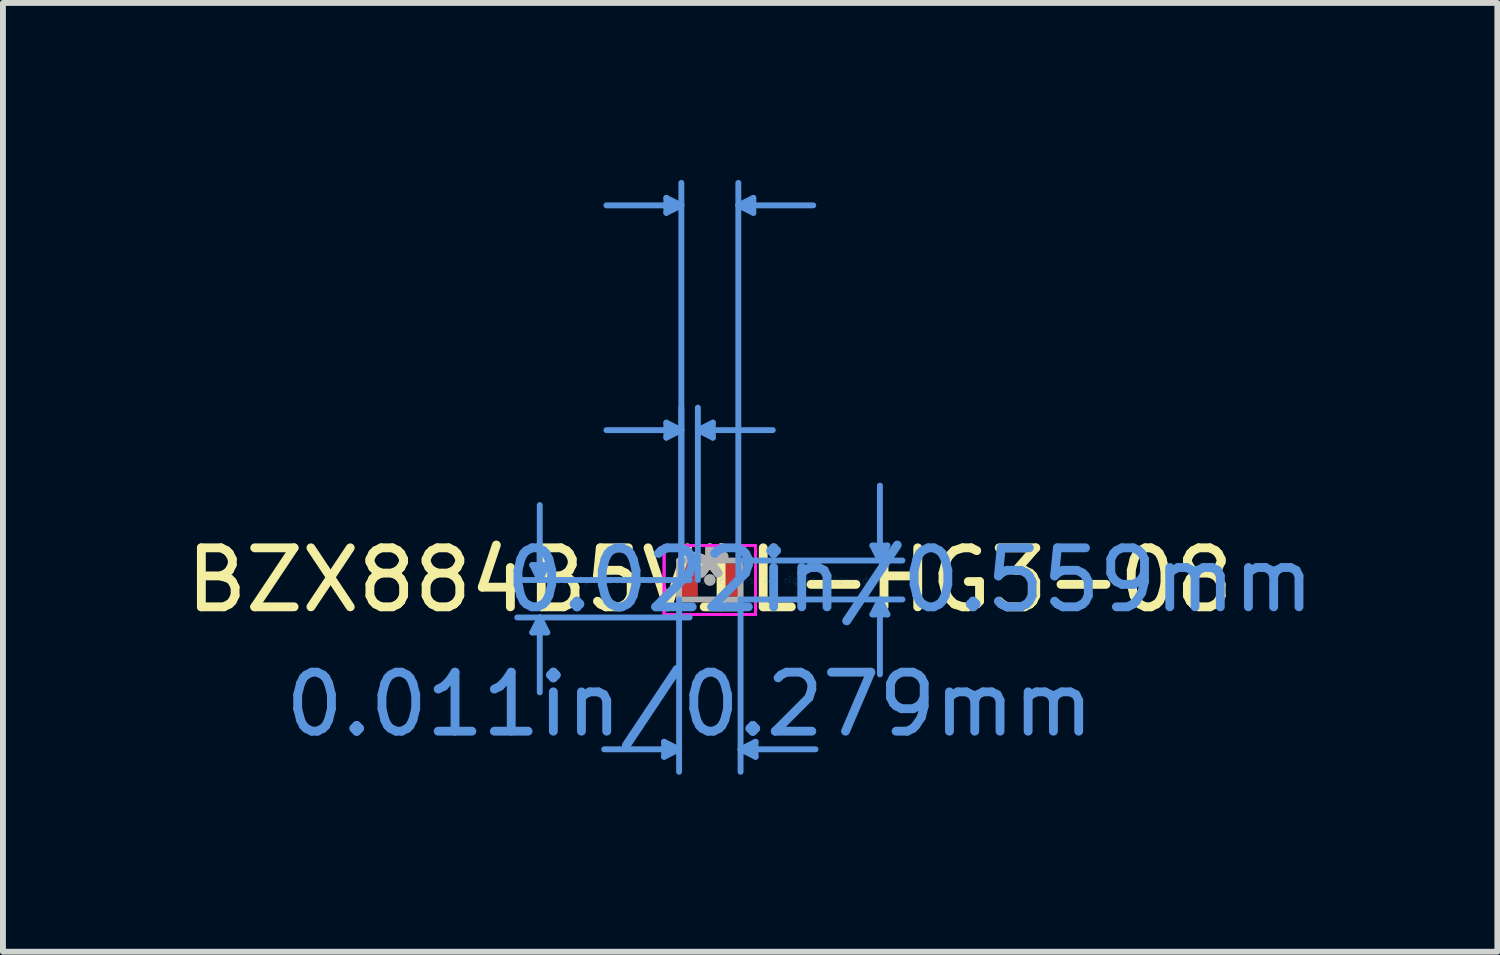
<source format=kicad_pcb>
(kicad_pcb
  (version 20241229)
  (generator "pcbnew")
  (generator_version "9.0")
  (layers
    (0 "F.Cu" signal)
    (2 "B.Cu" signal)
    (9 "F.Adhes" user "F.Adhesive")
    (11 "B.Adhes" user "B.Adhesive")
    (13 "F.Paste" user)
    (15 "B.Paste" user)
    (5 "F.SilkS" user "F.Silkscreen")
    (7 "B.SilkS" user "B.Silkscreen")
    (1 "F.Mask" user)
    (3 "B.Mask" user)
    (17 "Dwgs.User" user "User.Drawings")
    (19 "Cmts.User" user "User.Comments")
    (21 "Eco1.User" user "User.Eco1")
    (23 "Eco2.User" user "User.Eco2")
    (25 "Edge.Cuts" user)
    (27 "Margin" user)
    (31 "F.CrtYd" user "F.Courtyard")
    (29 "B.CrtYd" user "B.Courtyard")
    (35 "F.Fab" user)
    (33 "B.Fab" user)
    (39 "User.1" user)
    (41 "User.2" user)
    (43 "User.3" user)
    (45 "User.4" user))
  (footprint "BZX884B5V1L-HG3-08"
    (layer "F.Cu")
    (at 8.982 6.781)
    (property "Reference" "BZX884B5V1L-HG3-08" (at 0 0 0) (layer "F.SilkS") (effects (font (size 1 1) (thickness 0.15))))
    (attr through_hole)
    (fp_line (start -3.01 -0.254) (end -2.756 -0.254) (stroke (width 0.1) (type solid)) (layer "Cmts.User"))
    (fp_line (start -3.01 0.889) (end -2.756 0.889) (stroke (width 0.1) (type solid)) (layer "Cmts.User"))
    (fp_line (start -2.883 0) (end -3.01 -0.254) (stroke (width 0.1) (type solid)) (layer "Cmts.User"))
    (fp_line (start -2.883 0) (end -2.883 -1.27) (stroke (width 0.1) (type solid)) (layer "Cmts.User"))
    (fp_line (start -2.883 0) (end -2.756 -0.254) (stroke (width 0.1) (type solid)) (layer "Cmts.User"))
    (fp_line (start -2.883 0.635) (end -3.01 0.889) (stroke (width 0.1) (type solid)) (layer "Cmts.User"))
    (fp_line (start -2.883 0.635) (end -2.883 1.905) (stroke (width 0.1) (type solid)) (layer "Cmts.User"))
    (fp_line (start -2.883 0.635) (end -2.756 0.889) (stroke (width 0.1) (type solid)) (layer "Cmts.User"))
    (fp_line (start -0.775 2.743) (end -0.775 2.997) (stroke (width 0.1) (type solid)) (layer "Cmts.User"))
    (fp_line (start -0.737 -6.477) (end -0.737 -6.223) (stroke (width 0.1) (type solid)) (layer "Cmts.User"))
    (fp_line (start -0.737 -2.667) (end -0.737 -2.413) (stroke (width 0.1) (type solid)) (layer "Cmts.User"))
    (fp_line (start -0.521 0.33) (end -0.521 3.251) (stroke (width 0.1) (type solid)) (layer "Cmts.User"))
    (fp_line (start -0.521 2.87) (end -1.791 2.87) (stroke (width 0.1) (type solid)) (layer "Cmts.User"))
    (fp_line (start -0.521 2.87) (end -0.775 2.743) (stroke (width 0.1) (type solid)) (layer "Cmts.User"))
    (fp_line (start -0.521 2.87) (end -0.775 2.997) (stroke (width 0.1) (type solid)) (layer "Cmts.User"))
    (fp_line (start -0.483 -6.35) (end -1.753 -6.35) (stroke (width 0.1) (type solid)) (layer "Cmts.User"))
    (fp_line (start -0.483 -6.35) (end -0.737 -6.477) (stroke (width 0.1) (type solid)) (layer "Cmts.User"))
    (fp_line (start -0.483 -6.35) (end -0.737 -6.223) (stroke (width 0.1) (type solid)) (layer "Cmts.User"))
    (fp_line (start -0.483 -2.54) (end -1.753 -2.54) (stroke (width 0.1) (type solid)) (layer "Cmts.User"))
    (fp_line (start -0.483 -2.54) (end -0.737 -2.667) (stroke (width 0.1) (type solid)) (layer "Cmts.User"))
    (fp_line (start -0.483 -2.54) (end -0.737 -2.413) (stroke (width 0.1) (type solid)) (layer "Cmts.User"))
    (fp_line (start -0.483 0) (end -0.483 -6.731) (stroke (width 0.1) (type solid)) (layer "Cmts.User"))
    (fp_line (start -0.483 0) (end -0.483 -2.921) (stroke (width 0.1) (type solid)) (layer "Cmts.User"))
    (fp_line (start -0.343 0) (end -3.264 0) (stroke (width 0.1) (type solid)) (layer "Cmts.User"))
    (fp_line (start -0.343 0.635) (end -3.264 0.635) (stroke (width 0.1) (type solid)) (layer "Cmts.User"))
    (fp_line (start -0.203 -2.54) (end 0.051 -2.667) (stroke (width 0.1) (type solid)) (layer "Cmts.User"))
    (fp_line (start -0.203 -2.54) (end 0.051 -2.413) (stroke (width 0.1) (type solid)) (layer "Cmts.User"))
    (fp_line (start -0.203 -2.54) (end 1.067 -2.54) (stroke (width 0.1) (type solid)) (layer "Cmts.User"))
    (fp_line (start -0.203 0) (end -0.203 -2.921) (stroke (width 0.1) (type solid)) (layer "Cmts.User"))
    (fp_line (start 0.051 -2.667) (end 0.051 -2.413) (stroke (width 0.1) (type solid)) (layer "Cmts.User"))
    (fp_line (start 0.483 -6.35) (end 0.737 -6.477) (stroke (width 0.1) (type solid)) (layer "Cmts.User"))
    (fp_line (start 0.483 -6.35) (end 0.737 -6.223) (stroke (width 0.1) (type solid)) (layer "Cmts.User"))
    (fp_line (start 0.483 -6.35) (end 1.753 -6.35) (stroke (width 0.1) (type solid)) (layer "Cmts.User"))
    (fp_line (start 0.483 0) (end 0.483 -6.731) (stroke (width 0.1) (type solid)) (layer "Cmts.User"))
    (fp_line (start 0.521 -0.33) (end 3.264 -0.33) (stroke (width 0.1) (type solid)) (layer "Cmts.User"))
    (fp_line (start 0.521 0.33) (end 0.521 3.251) (stroke (width 0.1) (type solid)) (layer "Cmts.User"))
    (fp_line (start 0.521 0.33) (end 3.264 0.33) (stroke (width 0.1) (type solid)) (layer "Cmts.User"))
    (fp_line (start 0.521 2.87) (end 0.775 2.743) (stroke (width 0.1) (type solid)) (layer "Cmts.User"))
    (fp_line (start 0.521 2.87) (end 0.775 2.997) (stroke (width 0.1) (type solid)) (layer "Cmts.User"))
    (fp_line (start 0.521 2.87) (end 1.791 2.87) (stroke (width 0.1) (type solid)) (layer "Cmts.User"))
    (fp_line (start 0.737 -6.477) (end 0.737 -6.223) (stroke (width 0.1) (type solid)) (layer "Cmts.User"))
    (fp_line (start 0.775 2.743) (end 0.775 2.997) (stroke (width 0.1) (type solid)) (layer "Cmts.User"))
    (fp_line (start 2.756 -0.584) (end 3.01 -0.584) (stroke (width 0.1) (type solid)) (layer "Cmts.User"))
    (fp_line (start 2.756 0.584) (end 3.01 0.584) (stroke (width 0.1) (type solid)) (layer "Cmts.User"))
    (fp_line (start 2.883 -0.33) (end 2.756 -0.584) (stroke (width 0.1) (type solid)) (layer "Cmts.User"))
    (fp_line (start 2.883 -0.33) (end 2.883 -1.6) (stroke (width 0.1) (type solid)) (layer "Cmts.User"))
    (fp_line (start 2.883 -0.33) (end 3.01 -0.584) (stroke (width 0.1) (type solid)) (layer "Cmts.User"))
    (fp_line (start 2.883 0.33) (end 2.756 0.584) (stroke (width 0.1) (type solid)) (layer "Cmts.User"))
    (fp_line (start 2.883 0.33) (end 2.883 1.6) (stroke (width 0.1) (type solid)) (layer "Cmts.User"))
    (fp_line (start 2.883 0.33) (end 3.01 0.584) (stroke (width 0.1) (type solid)) (layer "Cmts.User"))
    (fp_line (start -0.775 -0.584) (end 0.775 -0.584) (stroke (width 0.05) (type solid)) (layer "F.CrtYd"))
    (fp_line (start -0.775 -0.584) (end 0.775 -0.584) (stroke (width 0.05) (type solid)) (layer "F.CrtYd"))
    (fp_line (start -0.775 -0.533) (end -0.775 -0.584) (stroke (width 0.05) (type solid)) (layer "F.CrtYd"))
    (fp_line (start -0.775 -0.533) (end -0.775 -0.584) (stroke (width 0.05) (type solid)) (layer "F.CrtYd"))
    (fp_line (start -0.775 -0.533) (end -0.775 -0.533) (stroke (width 0.05) (type solid)) (layer "F.CrtYd"))
    (fp_line (start -0.775 -0.533) (end -0.775 -0.533) (stroke (width 0.05) (type solid)) (layer "F.CrtYd"))
    (fp_line (start -0.775 0.533) (end -0.775 -0.533) (stroke (width 0.05) (type solid)) (layer "F.CrtYd"))
    (fp_line (start -0.775 0.533) (end -0.775 -0.533) (stroke (width 0.05) (type solid)) (layer "F.CrtYd"))
    (fp_line (start -0.775 0.533) (end -0.775 0.533) (stroke (width 0.05) (type solid)) (layer "F.CrtYd"))
    (fp_line (start -0.775 0.533) (end -0.775 0.533) (stroke (width 0.05) (type solid)) (layer "F.CrtYd"))
    (fp_line (start -0.775 0.584) (end -0.775 0.533) (stroke (width 0.05) (type solid)) (layer "F.CrtYd"))
    (fp_line (start -0.775 0.584) (end -0.775 0.533) (stroke (width 0.05) (type solid)) (layer "F.CrtYd"))
    (fp_line (start 0.775 -0.584) (end 0.775 -0.533) (stroke (width 0.05) (type solid)) (layer "F.CrtYd"))
    (fp_line (start 0.775 -0.584) (end 0.775 -0.533) (stroke (width 0.05) (type solid)) (layer "F.CrtYd"))
    (fp_line (start 0.775 -0.533) (end 0.775 -0.533) (stroke (width 0.05) (type solid)) (layer "F.CrtYd"))
    (fp_line (start 0.775 -0.533) (end 0.775 -0.533) (stroke (width 0.05) (type solid)) (layer "F.CrtYd"))
    (fp_line (start 0.775 -0.533) (end 0.775 0.533) (stroke (width 0.05) (type solid)) (layer "F.CrtYd"))
    (fp_line (start 0.775 -0.533) (end 0.775 0.533) (stroke (width 0.05) (type solid)) (layer "F.CrtYd"))
    (fp_line (start 0.775 0.533) (end 0.775 0.533) (stroke (width 0.05) (type solid)) (layer "F.CrtYd"))
    (fp_line (start 0.775 0.533) (end 0.775 0.533) (stroke (width 0.05) (type solid)) (layer "F.CrtYd"))
    (fp_line (start 0.775 0.533) (end 0.775 0.584) (stroke (width 0.05) (type solid)) (layer "F.CrtYd"))
    (fp_line (start 0.775 0.533) (end 0.775 0.584) (stroke (width 0.05) (type solid)) (layer "F.CrtYd"))
    (fp_line (start 0.775 0.584) (end -0.775 0.584) (stroke (width 0.05) (type solid)) (layer "F.CrtYd"))
    (fp_line (start 0.775 0.584) (end -0.775 0.584) (stroke (width 0.05) (type solid)) (layer "F.CrtYd"))
    (fp_line (start -0.521 -0.33) (end -0.521 0.33) (stroke (width 0.1) (type solid)) (layer "F.Fab"))
    (fp_line (start -0.521 0.33) (end 0.521 0.33) (stroke (width 0.1) (type solid)) (layer "F.Fab"))
    (fp_line (start 0.521 -0.33) (end -0.521 -0.33) (stroke (width 0.1) (type solid)) (layer "F.Fab"))
    (fp_line (start 0.521 0.33) (end 0.521 -0.33) (stroke (width 0.1) (type solid)) (layer "F.Fab"))
    (fp_circle (center 0 0) (end 0 0) (stroke (width 0.1) (type solid)) (fill no) (layer "F.Fab"))
    (fp_text user "*" (at 0 0 0) (layer "F.SilkS") (effects (font (size 1 1) (thickness 0.15))))
    (fp_text user "Copyright 2021 Accelerated Designs. All rights reserved." (at 0 0 0) (layer "Cmts.User") (effects (font (size 0.127 0.127) (thickness 0.002))))
    (fp_text user "0.022in/0.559mm" (at 3.391 0 0) (layer "Cmts.User") (effects (font (size 1 1) (thickness 0.15))))
    (fp_text user "0.011in/0.279mm" (at -0.343 2.108 0) (layer "Cmts.User") (effects (font (size 1 1) (thickness 0.15))))
    (fp_text user "*" (at 0 0 0) (layer "F.Fab") (effects (font (size 1 1) (thickness 0.15))))
    (pad "1" smd rect (at -0.343 0) (size 0.279 0.559) (layers "F.Cu" "F.Mask" "F.Paste"))
    (pad "2" smd rect (at 0.343 0) (size 0.279 0.559) (layers "F.Cu" "F.Mask" "F.Paste")))
  (gr_rect
    (start -3 -3)
    (end 22.331 13.082)
    (stroke (width 0.1) (type default))
    (fill no)
    (layer "Edge.Cuts")))
</source>
